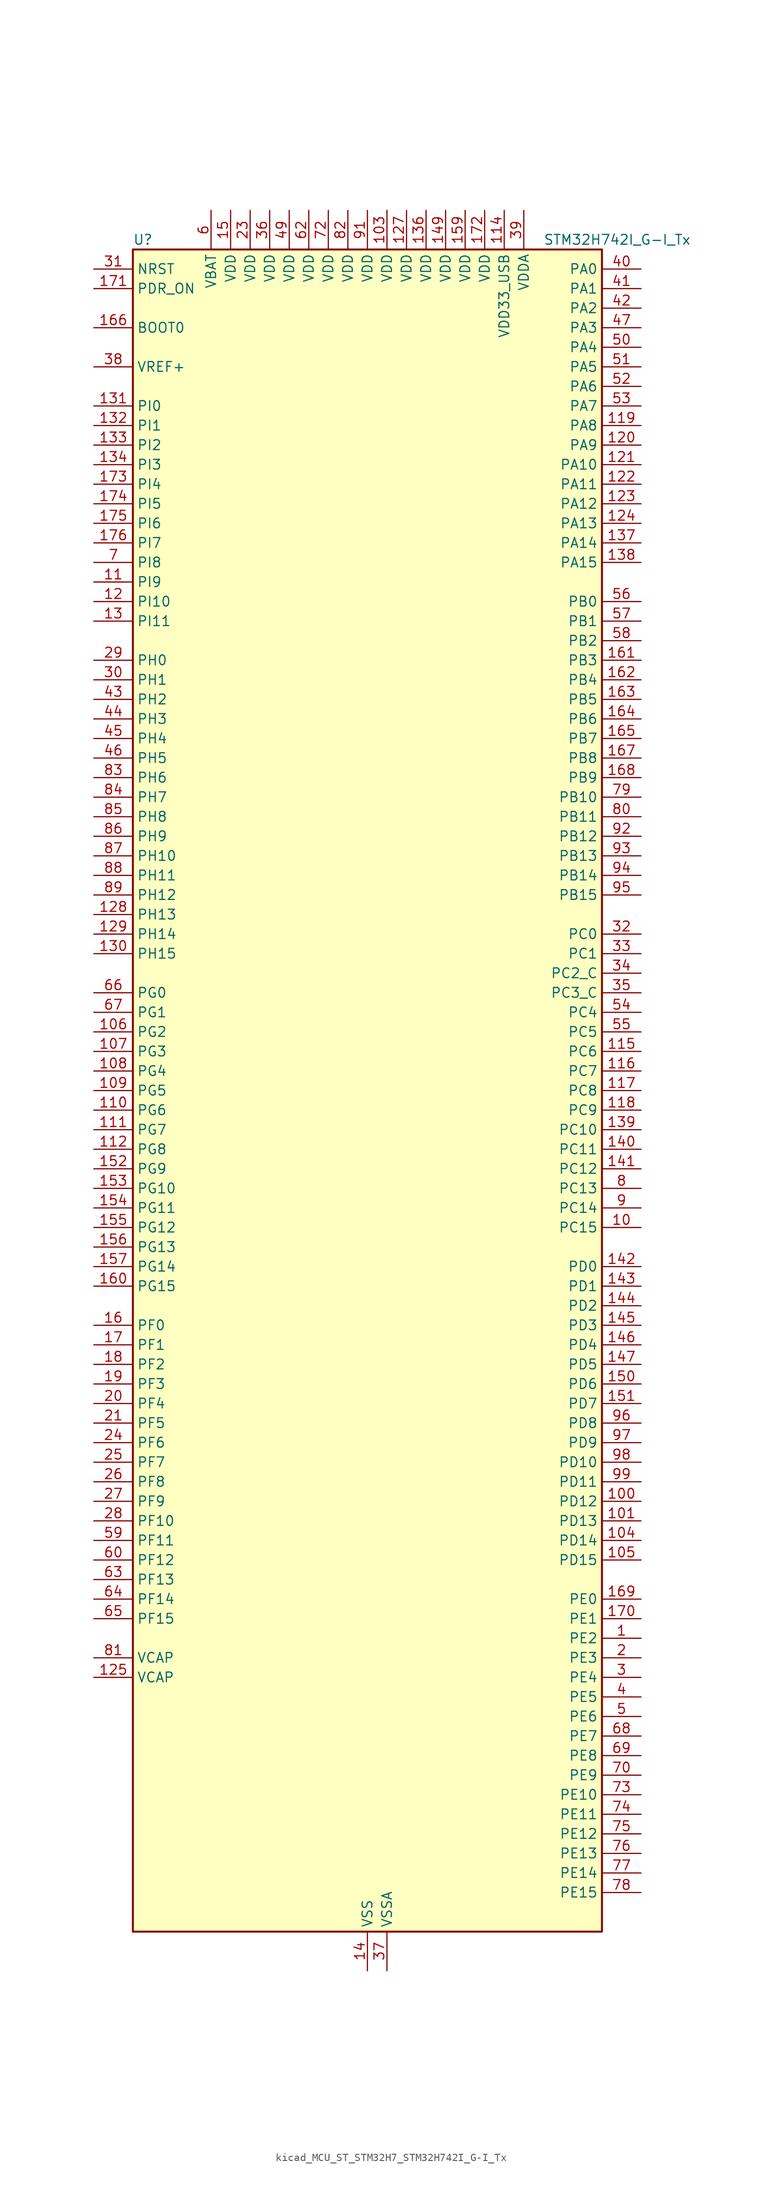
<source format=kicad_sym>
(kicad_symbol_lib
  (version 20220914)
  (generator kicad_symbol_editor)
  (symbol "kicad_MCU_ST_STM32H7_STM32H742I_G-I_Tx"
    (property "Reference" "U"
      (at -30.48 110.49 0)
      (effects (font (size 1.27 1.27)) (justify left)))
    (property "Value" "STM32H742I_G-I_Tx"
      (at 22.86 110.49 0)
      (effects (font (size 1.27 1.27)) (justify left)))
    (property "ki_locked" ""
      (at 0 0 0)
      (effects (font (size 1.27 1.27))))
    (symbol "kicad_MCU_ST_STM32H7_STM32H742I_G-I_Tx_0_1"
      (rectangle (start -30.48 -109.22) (end 30.48 109.22) (stroke (width 0.254) (type default)) (fill (type background))))
    (symbol "kicad_MCU_ST_STM32H7_STM32H742I_G-I_Tx_1_1"
      (pin bidirectional line (at 35.56 -71.12 180) (length 5.08) (name "PE2" (effects (font (size 1.27 1.27)))) (number "1" (effects (font (size 1.27 1.27)))) (alternate "DEBUG_TRACECLK" bidirectional line) (alternate "ETH_TXD3" bidirectional line) (alternate "FMC_A23" bidirectional line) (alternate "QUADSPI_BK1_IO2" bidirectional line) (alternate "SAI1_CK1" bidirectional line) (alternate "SAI1_MCLK_A" bidirectional line) (alternate "SAI4_CK1" bidirectional line) (alternate "SAI4_MCLK_A" bidirectional line) (alternate "SPI4_SCK" bidirectional line))
      (pin bidirectional line (at 35.56 -17.78 180) (length 5.08) (name "PC15" (effects (font (size 1.27 1.27)))) (number "10" (effects (font (size 1.27 1.27)))) (alternate "ADC1_EXTI15" bidirectional line) (alternate "ADC2_EXTI15" bidirectional line) (alternate "ADC3_EXTI15" bidirectional line) (alternate "RCC_OSC32_OUT" bidirectional line))
      (pin bidirectional line (at 35.56 -53.34 180) (length 5.08) (name "PD12" (effects (font (size 1.27 1.27)))) (number "100" (effects (font (size 1.27 1.27)))) (alternate "FMC_A17" bidirectional line) (alternate "FMC_ALE" bidirectional line) (alternate "I2C4_SCL" bidirectional line) (alternate "LPTIM1_IN1" bidirectional line) (alternate "LPTIM2_IN1" bidirectional line) (alternate "QUADSPI_BK1_IO1" bidirectional line) (alternate "SAI2_FS_A" bidirectional line) (alternate "TIM4_CH1" bidirectional line) (alternate "USART3_DE" bidirectional line) (alternate "USART3_RTS" bidirectional line))
      (pin bidirectional line (at 35.56 -55.88 180) (length 5.08) (name "PD13" (effects (font (size 1.27 1.27)))) (number "101" (effects (font (size 1.27 1.27)))) (alternate "FMC_A18" bidirectional line) (alternate "I2C4_SDA" bidirectional line) (alternate "LPTIM1_OUT" bidirectional line) (alternate "QUADSPI_BK1_IO3" bidirectional line) (alternate "SAI2_SCK_A" bidirectional line) (alternate "TIM4_CH2" bidirectional line))
      (pin passive line (at 0 -114.3 90) (length 5.08) hide (name "VSS" (effects (font (size 1.27 1.27)))) (number "102" (effects (font (size 1.27 1.27)))))
      (pin power_in line (at 2.54 114.3 270) (length 5.08) (name "VDD" (effects (font (size 1.27 1.27)))) (number "103" (effects (font (size 1.27 1.27)))))
      (pin bidirectional line (at 35.56 -58.42 180) (length 5.08) (name "PD14" (effects (font (size 1.27 1.27)))) (number "104" (effects (font (size 1.27 1.27)))) (alternate "FMC_D0" bidirectional line) (alternate "FMC_DA0" bidirectional line) (alternate "SAI3_MCLK_B" bidirectional line) (alternate "TIM4_CH3" bidirectional line) (alternate "UART8_CTS" bidirectional line))
      (pin bidirectional line (at 35.56 -60.96 180) (length 5.08) (name "PD15" (effects (font (size 1.27 1.27)))) (number "105" (effects (font (size 1.27 1.27)))) (alternate "ADC1_EXTI15" bidirectional line) (alternate "ADC2_EXTI15" bidirectional line) (alternate "ADC3_EXTI15" bidirectional line) (alternate "FMC_D1" bidirectional line) (alternate "FMC_DA1" bidirectional line) (alternate "SAI3_MCLK_A" bidirectional line) (alternate "TIM4_CH4" bidirectional line) (alternate "UART8_DE" bidirectional line) (alternate "UART8_RTS" bidirectional line))
      (pin bidirectional line (at -35.56 7.62 0) (length 5.08) (name "PG2" (effects (font (size 1.27 1.27)))) (number "106" (effects (font (size 1.27 1.27)))) (alternate "FMC_A12" bidirectional line) (alternate "TIM8_BKIN" bidirectional line) (alternate "TIM8_BKIN_COMP1" bidirectional line) (alternate "TIM8_BKIN_COMP2" bidirectional line))
      (pin bidirectional line (at -35.56 5.08 0) (length 5.08) (name "PG3" (effects (font (size 1.27 1.27)))) (number "107" (effects (font (size 1.27 1.27)))) (alternate "FMC_A13" bidirectional line) (alternate "TIM8_BKIN2" bidirectional line) (alternate "TIM8_BKIN2_COMP1" bidirectional line) (alternate "TIM8_BKIN2_COMP2" bidirectional line))
      (pin bidirectional line (at -35.56 2.54 0) (length 5.08) (name "PG4" (effects (font (size 1.27 1.27)))) (number "108" (effects (font (size 1.27 1.27)))) (alternate "FMC_A14" bidirectional line) (alternate "FMC_BA0" bidirectional line) (alternate "TIM1_BKIN2" bidirectional line) (alternate "TIM1_BKIN2_COMP1" bidirectional line) (alternate "TIM1_BKIN2_COMP2" bidirectional line))
      (pin bidirectional line (at -35.56 0 0) (length 5.08) (name "PG5" (effects (font (size 1.27 1.27)))) (number "109" (effects (font (size 1.27 1.27)))) (alternate "FMC_A15" bidirectional line) (alternate "FMC_BA1" bidirectional line) (alternate "TIM1_ETR" bidirectional line))
      (pin bidirectional line (at -35.56 66.04 0) (length 5.08) (name "PI9" (effects (font (size 1.27 1.27)))) (number "11" (effects (font (size 1.27 1.27)))) (alternate "DAC1_EXTI9" bidirectional line) (alternate "FDCAN1_RX" bidirectional line) (alternate "FMC_D30" bidirectional line) (alternate "UART4_RX" bidirectional line))
      (pin bidirectional line (at -35.56 -2.54 0) (length 5.08) (name "PG6" (effects (font (size 1.27 1.27)))) (number "110" (effects (font (size 1.27 1.27)))) (alternate "DCMI_D12" bidirectional line) (alternate "FMC_NE3" bidirectional line) (alternate "HRTIM_CHE1" bidirectional line) (alternate "QUADSPI_BK1_NCS" bidirectional line) (alternate "TIM17_BKIN" bidirectional line))
      (pin bidirectional line (at -35.56 -5.08 0) (length 5.08) (name "PG7" (effects (font (size 1.27 1.27)))) (number "111" (effects (font (size 1.27 1.27)))) (alternate "DCMI_D13" bidirectional line) (alternate "FMC_INT" bidirectional line) (alternate "HRTIM_CHE2" bidirectional line) (alternate "SAI1_MCLK_A" bidirectional line) (alternate "USART6_CK" bidirectional line))
      (pin bidirectional line (at -35.56 -7.62 0) (length 5.08) (name "PG8" (effects (font (size 1.27 1.27)))) (number "112" (effects (font (size 1.27 1.27)))) (alternate "ETH_PPS_OUT" bidirectional line) (alternate "FMC_SDCLK" bidirectional line) (alternate "SPDIFRX1_IN2" bidirectional line) (alternate "SPI6_NSS" bidirectional line) (alternate "TIM8_ETR" bidirectional line) (alternate "USART6_DE" bidirectional line) (alternate "USART6_RTS" bidirectional line))
      (pin passive line (at 0 -114.3 90) (length 5.08) hide (name "VSS" (effects (font (size 1.27 1.27)))) (number "113" (effects (font (size 1.27 1.27)))))
      (pin power_in line (at 17.78 114.3 270) (length 5.08) (name "VDD33_USB" (effects (font (size 1.27 1.27)))) (number "114" (effects (font (size 1.27 1.27)))))
      (pin bidirectional line (at 35.56 5.08 180) (length 5.08) (name "PC6" (effects (font (size 1.27 1.27)))) (number "115" (effects (font (size 1.27 1.27)))) (alternate "DCMI_D0" bidirectional line) (alternate "DFSDM1_CKIN3" bidirectional line) (alternate "FMC_NWAIT" bidirectional line) (alternate "HRTIM_CHA1" bidirectional line) (alternate "I2S2_MCK" bidirectional line) (alternate "SDMMC1_D0DIR" bidirectional line) (alternate "SDMMC1_D6" bidirectional line) (alternate "SDMMC2_D6" bidirectional line) (alternate "SWPMI1_IO" bidirectional line) (alternate "TIM3_CH1" bidirectional line) (alternate "TIM8_CH1" bidirectional line) (alternate "USART6_TX" bidirectional line))
      (pin bidirectional line (at 35.56 2.54 180) (length 5.08) (name "PC7" (effects (font (size 1.27 1.27)))) (number "116" (effects (font (size 1.27 1.27)))) (alternate "DCMI_D1" bidirectional line) (alternate "DEBUG_TRGIO" bidirectional line) (alternate "DFSDM1_DATIN3" bidirectional line) (alternate "FMC_NE1" bidirectional line) (alternate "HRTIM_CHA2" bidirectional line) (alternate "I2S3_MCK" bidirectional line) (alternate "SDMMC1_D123DIR" bidirectional line) (alternate "SDMMC1_D7" bidirectional line) (alternate "SDMMC2_D7" bidirectional line) (alternate "SWPMI1_TX" bidirectional line) (alternate "TIM3_CH2" bidirectional line) (alternate "TIM8_CH2" bidirectional line) (alternate "USART6_RX" bidirectional line))
      (pin bidirectional line (at 35.56 0 180) (length 5.08) (name "PC8" (effects (font (size 1.27 1.27)))) (number "117" (effects (font (size 1.27 1.27)))) (alternate "DCMI_D2" bidirectional line) (alternate "DEBUG_TRACED1" bidirectional line) (alternate "FMC_NCE" bidirectional line) (alternate "FMC_NE2" bidirectional line) (alternate "HRTIM_CHB1" bidirectional line) (alternate "SDMMC1_D0" bidirectional line) (alternate "SWPMI1_RX" bidirectional line) (alternate "TIM3_CH3" bidirectional line) (alternate "TIM8_CH3" bidirectional line) (alternate "UART5_DE" bidirectional line) (alternate "UART5_RTS" bidirectional line) (alternate "USART6_CK" bidirectional line))
      (pin bidirectional line (at 35.56 -2.54 180) (length 5.08) (name "PC9" (effects (font (size 1.27 1.27)))) (number "118" (effects (font (size 1.27 1.27)))) (alternate "DAC1_EXTI9" bidirectional line) (alternate "DCMI_D3" bidirectional line) (alternate "I2C3_SDA" bidirectional line) (alternate "I2S_CKIN" bidirectional line) (alternate "QUADSPI_BK1_IO0" bidirectional line) (alternate "RCC_MCO_2" bidirectional line) (alternate "SDMMC1_D1" bidirectional line) (alternate "SWPMI1_SUSPEND" bidirectional line) (alternate "TIM3_CH4" bidirectional line) (alternate "TIM8_CH4" bidirectional line) (alternate "UART5_CTS" bidirectional line))
      (pin bidirectional line (at 35.56 86.36 180) (length 5.08) (name "PA8" (effects (font (size 1.27 1.27)))) (number "119" (effects (font (size 1.27 1.27)))) (alternate "HRTIM_CHB2" bidirectional line) (alternate "I2C3_SCL" bidirectional line) (alternate "RCC_MCO_1" bidirectional line) (alternate "TIM1_CH1" bidirectional line) (alternate "TIM8_BKIN2" bidirectional line) (alternate "TIM8_BKIN2_COMP1" bidirectional line) (alternate "TIM8_BKIN2_COMP2" bidirectional line) (alternate "UART7_RX" bidirectional line) (alternate "USART1_CK" bidirectional line) (alternate "USB_OTG_FS_SOF" bidirectional line))
      (pin bidirectional line (at -35.56 63.5 0) (length 5.08) (name "PI10" (effects (font (size 1.27 1.27)))) (number "12" (effects (font (size 1.27 1.27)))) (alternate "ETH_RX_ER" bidirectional line) (alternate "FMC_D31" bidirectional line))
      (pin bidirectional line (at 35.56 83.82 180) (length 5.08) (name "PA9" (effects (font (size 1.27 1.27)))) (number "120" (effects (font (size 1.27 1.27)))) (alternate "DAC1_EXTI9" bidirectional line) (alternate "DCMI_D0" bidirectional line) (alternate "HRTIM_CHC1" bidirectional line) (alternate "I2C3_SMBA" bidirectional line) (alternate "I2S2_CK" bidirectional line) (alternate "LPUART1_TX" bidirectional line) (alternate "SPI2_SCK" bidirectional line) (alternate "TIM1_CH2" bidirectional line) (alternate "USART1_TX" bidirectional line) (alternate "USB_OTG_FS_VBUS" bidirectional line))
      (pin bidirectional line (at 35.56 81.28 180) (length 5.08) (name "PA10" (effects (font (size 1.27 1.27)))) (number "121" (effects (font (size 1.27 1.27)))) (alternate "DCMI_D1" bidirectional line) (alternate "HRTIM_CHC2" bidirectional line) (alternate "LPUART1_RX" bidirectional line) (alternate "MDIOS_MDIO" bidirectional line) (alternate "TIM1_CH3" bidirectional line) (alternate "USART1_RX" bidirectional line) (alternate "USB_OTG_FS_ID" bidirectional line))
      (pin bidirectional line (at 35.56 78.74 180) (length 5.08) (name "PA11" (effects (font (size 1.27 1.27)))) (number "122" (effects (font (size 1.27 1.27)))) (alternate "ADC1_EXTI11" bidirectional line) (alternate "ADC2_EXTI11" bidirectional line) (alternate "ADC3_EXTI11" bidirectional line) (alternate "FDCAN1_RX" bidirectional line) (alternate "HRTIM_CHD1" bidirectional line) (alternate "I2S2_WS" bidirectional line) (alternate "LPUART1_CTS" bidirectional line) (alternate "SPI2_NSS" bidirectional line) (alternate "TIM1_CH4" bidirectional line) (alternate "UART4_RX" bidirectional line) (alternate "USART1_CTS" bidirectional line) (alternate "USART1_NSS" bidirectional line) (alternate "USB_OTG_FS_DM" bidirectional line))
      (pin bidirectional line (at 35.56 76.2 180) (length 5.08) (name "PA12" (effects (font (size 1.27 1.27)))) (number "123" (effects (font (size 1.27 1.27)))) (alternate "FDCAN1_TX" bidirectional line) (alternate "HRTIM_CHD2" bidirectional line) (alternate "I2S2_CK" bidirectional line) (alternate "LPUART1_DE" bidirectional line) (alternate "LPUART1_RTS" bidirectional line) (alternate "SAI2_FS_B" bidirectional line) (alternate "SPI2_SCK" bidirectional line) (alternate "TIM1_ETR" bidirectional line) (alternate "UART4_TX" bidirectional line) (alternate "USART1_DE" bidirectional line) (alternate "USART1_RTS" bidirectional line) (alternate "USB_OTG_FS_DP" bidirectional line))
      (pin bidirectional line (at 35.56 73.66 180) (length 5.08) (name "PA13" (effects (font (size 1.27 1.27)))) (number "124" (effects (font (size 1.27 1.27)))) (alternate "DEBUG_JTMS-SWDIO" bidirectional line))
      (pin power_out line (at -35.56 -76.2 0) (length 5.08) (name "VCAP" (effects (font (size 1.27 1.27)))) (number "125" (effects (font (size 1.27 1.27)))))
      (pin passive line (at 0 -114.3 90) (length 5.08) hide (name "VSS" (effects (font (size 1.27 1.27)))) (number "126" (effects (font (size 1.27 1.27)))))
      (pin power_in line (at 5.08 114.3 270) (length 5.08) (name "VDD" (effects (font (size 1.27 1.27)))) (number "127" (effects (font (size 1.27 1.27)))))
      (pin bidirectional line (at -35.56 22.86 0) (length 5.08) (name "PH13" (effects (font (size 1.27 1.27)))) (number "128" (effects (font (size 1.27 1.27)))) (alternate "FDCAN1_TX" bidirectional line) (alternate "FMC_D21" bidirectional line) (alternate "TIM8_CH1N" bidirectional line) (alternate "UART4_TX" bidirectional line))
      (pin bidirectional line (at -35.56 20.32 0) (length 5.08) (name "PH14" (effects (font (size 1.27 1.27)))) (number "129" (effects (font (size 1.27 1.27)))) (alternate "DCMI_D4" bidirectional line) (alternate "FDCAN1_RX" bidirectional line) (alternate "FMC_D22" bidirectional line) (alternate "TIM8_CH2N" bidirectional line) (alternate "UART4_RX" bidirectional line))
      (pin bidirectional line (at -35.56 60.96 0) (length 5.08) (name "PI11" (effects (font (size 1.27 1.27)))) (number "13" (effects (font (size 1.27 1.27)))) (alternate "ADC1_EXTI11" bidirectional line) (alternate "ADC2_EXTI11" bidirectional line) (alternate "ADC3_EXTI11" bidirectional line) (alternate "PWR_WKUP4" bidirectional line) (alternate "USB_OTG_HS_ULPI_DIR" bidirectional line))
      (pin bidirectional line (at -35.56 17.78 0) (length 5.08) (name "PH15" (effects (font (size 1.27 1.27)))) (number "130" (effects (font (size 1.27 1.27)))) (alternate "ADC1_EXTI15" bidirectional line) (alternate "ADC2_EXTI15" bidirectional line) (alternate "ADC3_EXTI15" bidirectional line) (alternate "DCMI_D11" bidirectional line) (alternate "FMC_D23" bidirectional line) (alternate "TIM8_CH3N" bidirectional line))
      (pin bidirectional line (at -35.56 88.9 0) (length 5.08) (name "PI0" (effects (font (size 1.27 1.27)))) (number "131" (effects (font (size 1.27 1.27)))) (alternate "DCMI_D13" bidirectional line) (alternate "FMC_D24" bidirectional line) (alternate "I2S2_WS" bidirectional line) (alternate "SPI2_NSS" bidirectional line) (alternate "TIM5_CH4" bidirectional line))
      (pin bidirectional line (at -35.56 86.36 0) (length 5.08) (name "PI1" (effects (font (size 1.27 1.27)))) (number "132" (effects (font (size 1.27 1.27)))) (alternate "DCMI_D8" bidirectional line) (alternate "FMC_D25" bidirectional line) (alternate "I2S2_CK" bidirectional line) (alternate "SPI2_SCK" bidirectional line) (alternate "TIM8_BKIN2" bidirectional line) (alternate "TIM8_BKIN2_COMP1" bidirectional line) (alternate "TIM8_BKIN2_COMP2" bidirectional line))
      (pin bidirectional line (at -35.56 83.82 0) (length 5.08) (name "PI2" (effects (font (size 1.27 1.27)))) (number "133" (effects (font (size 1.27 1.27)))) (alternate "DCMI_D9" bidirectional line) (alternate "FMC_D26" bidirectional line) (alternate "I2S2_SDI" bidirectional line) (alternate "SPI2_MISO" bidirectional line) (alternate "TIM8_CH4" bidirectional line))
      (pin bidirectional line (at -35.56 81.28 0) (length 5.08) (name "PI3" (effects (font (size 1.27 1.27)))) (number "134" (effects (font (size 1.27 1.27)))) (alternate "DCMI_D10" bidirectional line) (alternate "FMC_D27" bidirectional line) (alternate "I2S2_SDO" bidirectional line) (alternate "SPI2_MOSI" bidirectional line) (alternate "TIM8_ETR" bidirectional line))
      (pin passive line (at 0 -114.3 90) (length 5.08) hide (name "VSS" (effects (font (size 1.27 1.27)))) (number "135" (effects (font (size 1.27 1.27)))))
      (pin power_in line (at 7.62 114.3 270) (length 5.08) (name "VDD" (effects (font (size 1.27 1.27)))) (number "136" (effects (font (size 1.27 1.27)))))
      (pin bidirectional line (at 35.56 71.12 180) (length 5.08) (name "PA14" (effects (font (size 1.27 1.27)))) (number "137" (effects (font (size 1.27 1.27)))) (alternate "DEBUG_JTCK-SWCLK" bidirectional line))
      (pin bidirectional line (at 35.56 68.58 180) (length 5.08) (name "PA15" (effects (font (size 1.27 1.27)))) (number "138" (effects (font (size 1.27 1.27)))) (alternate "ADC1_EXTI15" bidirectional line) (alternate "ADC2_EXTI15" bidirectional line) (alternate "ADC3_EXTI15" bidirectional line) (alternate "CEC" bidirectional line) (alternate "DEBUG_JTDI" bidirectional line) (alternate "HRTIM_FLT1" bidirectional line) (alternate "I2S1_WS" bidirectional line) (alternate "I2S3_WS" bidirectional line) (alternate "SPI1_NSS" bidirectional line) (alternate "SPI3_NSS" bidirectional line) (alternate "SPI6_NSS" bidirectional line) (alternate "TIM2_CH1" bidirectional line) (alternate "TIM2_ETR" bidirectional line) (alternate "UART4_DE" bidirectional line) (alternate "UART4_RTS" bidirectional line) (alternate "UART7_TX" bidirectional line))
      (pin bidirectional line (at 35.56 -5.08 180) (length 5.08) (name "PC10" (effects (font (size 1.27 1.27)))) (number "139" (effects (font (size 1.27 1.27)))) (alternate "DCMI_D8" bidirectional line) (alternate "DFSDM1_CKIN5" bidirectional line) (alternate "HRTIM_EEV1" bidirectional line) (alternate "I2S3_CK" bidirectional line) (alternate "QUADSPI_BK1_IO1" bidirectional line) (alternate "SDMMC1_D2" bidirectional line) (alternate "SPI3_SCK" bidirectional line) (alternate "UART4_TX" bidirectional line) (alternate "USART3_TX" bidirectional line))
      (pin power_in line (at 0 -114.3 90) (length 5.08) (name "VSS" (effects (font (size 1.27 1.27)))) (number "14" (effects (font (size 1.27 1.27)))))
      (pin bidirectional line (at 35.56 -7.62 180) (length 5.08) (name "PC11" (effects (font (size 1.27 1.27)))) (number "140" (effects (font (size 1.27 1.27)))) (alternate "ADC1_EXTI11" bidirectional line) (alternate "ADC2_EXTI11" bidirectional line) (alternate "ADC3_EXTI11" bidirectional line) (alternate "DCMI_D4" bidirectional line) (alternate "DFSDM1_DATIN5" bidirectional line) (alternate "HRTIM_FLT2" bidirectional line) (alternate "I2S3_SDI" bidirectional line) (alternate "QUADSPI_BK2_NCS" bidirectional line) (alternate "SDMMC1_D3" bidirectional line) (alternate "SPI3_MISO" bidirectional line) (alternate "UART4_RX" bidirectional line) (alternate "USART3_RX" bidirectional line))
      (pin bidirectional line (at 35.56 -10.16 180) (length 5.08) (name "PC12" (effects (font (size 1.27 1.27)))) (number "141" (effects (font (size 1.27 1.27)))) (alternate "DCMI_D9" bidirectional line) (alternate "DEBUG_TRACED3" bidirectional line) (alternate "HRTIM_EEV2" bidirectional line) (alternate "I2S3_SDO" bidirectional line) (alternate "SDMMC1_CK" bidirectional line) (alternate "SPI3_MOSI" bidirectional line) (alternate "UART5_TX" bidirectional line) (alternate "USART3_CK" bidirectional line))
      (pin bidirectional line (at 35.56 -22.86 180) (length 5.08) (name "PD0" (effects (font (size 1.27 1.27)))) (number "142" (effects (font (size 1.27 1.27)))) (alternate "DFSDM1_CKIN6" bidirectional line) (alternate "FDCAN1_RX" bidirectional line) (alternate "FMC_D2" bidirectional line) (alternate "FMC_DA2" bidirectional line) (alternate "SAI3_SCK_A" bidirectional line) (alternate "UART4_RX" bidirectional line))
      (pin bidirectional line (at 35.56 -25.4 180) (length 5.08) (name "PD1" (effects (font (size 1.27 1.27)))) (number "143" (effects (font (size 1.27 1.27)))) (alternate "DFSDM1_DATIN6" bidirectional line) (alternate "FDCAN1_TX" bidirectional line) (alternate "FMC_D3" bidirectional line) (alternate "FMC_DA3" bidirectional line) (alternate "SAI3_SD_A" bidirectional line) (alternate "UART4_TX" bidirectional line))
      (pin bidirectional line (at 35.56 -27.94 180) (length 5.08) (name "PD2" (effects (font (size 1.27 1.27)))) (number "144" (effects (font (size 1.27 1.27)))) (alternate "DCMI_D11" bidirectional line) (alternate "DEBUG_TRACED2" bidirectional line) (alternate "SDMMC1_CMD" bidirectional line) (alternate "TIM3_ETR" bidirectional line) (alternate "UART5_RX" bidirectional line))
      (pin bidirectional line (at 35.56 -30.48 180) (length 5.08) (name "PD3" (effects (font (size 1.27 1.27)))) (number "145" (effects (font (size 1.27 1.27)))) (alternate "DCMI_D5" bidirectional line) (alternate "DFSDM1_CKOUT" bidirectional line) (alternate "FMC_CLK" bidirectional line) (alternate "I2S2_CK" bidirectional line) (alternate "SPI2_SCK" bidirectional line) (alternate "USART2_CTS" bidirectional line) (alternate "USART2_NSS" bidirectional line))
      (pin bidirectional line (at 35.56 -33.02 180) (length 5.08) (name "PD4" (effects (font (size 1.27 1.27)))) (number "146" (effects (font (size 1.27 1.27)))) (alternate "FMC_NOE" bidirectional line) (alternate "HRTIM_FLT3" bidirectional line) (alternate "SAI3_FS_A" bidirectional line) (alternate "USART2_DE" bidirectional line) (alternate "USART2_RTS" bidirectional line))
      (pin bidirectional line (at 35.56 -35.56 180) (length 5.08) (name "PD5" (effects (font (size 1.27 1.27)))) (number "147" (effects (font (size 1.27 1.27)))) (alternate "FMC_NWE" bidirectional line) (alternate "HRTIM_EEV3" bidirectional line) (alternate "USART2_TX" bidirectional line))
      (pin passive line (at 0 -114.3 90) (length 5.08) hide (name "VSS" (effects (font (size 1.27 1.27)))) (number "148" (effects (font (size 1.27 1.27)))))
      (pin power_in line (at 10.16 114.3 270) (length 5.08) (name "VDD" (effects (font (size 1.27 1.27)))) (number "149" (effects (font (size 1.27 1.27)))))
      (pin power_in line (at -17.78 114.3 270) (length 5.08) (name "VDD" (effects (font (size 1.27 1.27)))) (number "15" (effects (font (size 1.27 1.27)))))
      (pin bidirectional line (at 35.56 -38.1 180) (length 5.08) (name "PD6" (effects (font (size 1.27 1.27)))) (number "150" (effects (font (size 1.27 1.27)))) (alternate "DCMI_D10" bidirectional line) (alternate "DFSDM1_CKIN4" bidirectional line) (alternate "DFSDM1_DATIN1" bidirectional line) (alternate "FMC_NWAIT" bidirectional line) (alternate "I2S3_SDO" bidirectional line) (alternate "SAI1_D1" bidirectional line) (alternate "SAI1_SD_A" bidirectional line) (alternate "SAI4_D1" bidirectional line) (alternate "SAI4_SD_A" bidirectional line) (alternate "SDMMC2_CK" bidirectional line) (alternate "SPI3_MOSI" bidirectional line) (alternate "USART2_RX" bidirectional line))
      (pin bidirectional line (at 35.56 -40.64 180) (length 5.08) (name "PD7" (effects (font (size 1.27 1.27)))) (number "151" (effects (font (size 1.27 1.27)))) (alternate "DFSDM1_CKIN1" bidirectional line) (alternate "DFSDM1_DATIN4" bidirectional line) (alternate "FMC_NE1" bidirectional line) (alternate "I2S1_SDO" bidirectional line) (alternate "SDMMC2_CMD" bidirectional line) (alternate "SPDIFRX1_IN0" bidirectional line) (alternate "SPI1_MOSI" bidirectional line) (alternate "USART2_CK" bidirectional line))
      (pin bidirectional line (at -35.56 -10.16 0) (length 5.08) (name "PG9" (effects (font (size 1.27 1.27)))) (number "152" (effects (font (size 1.27 1.27)))) (alternate "DAC1_EXTI9" bidirectional line) (alternate "DCMI_VSYNC" bidirectional line) (alternate "FMC_NCE" bidirectional line) (alternate "FMC_NE2" bidirectional line) (alternate "I2S1_SDI" bidirectional line) (alternate "QUADSPI_BK2_IO2" bidirectional line) (alternate "SAI2_FS_B" bidirectional line) (alternate "SPDIFRX1_IN3" bidirectional line) (alternate "SPI1_MISO" bidirectional line) (alternate "USART6_RX" bidirectional line))
      (pin bidirectional line (at -35.56 -12.7 0) (length 5.08) (name "PG10" (effects (font (size 1.27 1.27)))) (number "153" (effects (font (size 1.27 1.27)))) (alternate "DCMI_D2" bidirectional line) (alternate "FMC_NE3" bidirectional line) (alternate "HRTIM_FLT5" bidirectional line) (alternate "I2S1_WS" bidirectional line) (alternate "SAI2_SD_B" bidirectional line) (alternate "SPI1_NSS" bidirectional line))
      (pin bidirectional line (at -35.56 -15.24 0) (length 5.08) (name "PG11" (effects (font (size 1.27 1.27)))) (number "154" (effects (font (size 1.27 1.27)))) (alternate "ADC1_EXTI11" bidirectional line) (alternate "ADC2_EXTI11" bidirectional line) (alternate "ADC3_EXTI11" bidirectional line) (alternate "DCMI_D3" bidirectional line) (alternate "ETH_TX_EN" bidirectional line) (alternate "HRTIM_EEV4" bidirectional line) (alternate "I2S1_CK" bidirectional line) (alternate "LPTIM1_IN2" bidirectional line) (alternate "SDMMC2_D2" bidirectional line) (alternate "SPDIFRX1_IN0" bidirectional line) (alternate "SPI1_SCK" bidirectional line))
      (pin bidirectional line (at -35.56 -17.78 0) (length 5.08) (name "PG12" (effects (font (size 1.27 1.27)))) (number "155" (effects (font (size 1.27 1.27)))) (alternate "ETH_TXD1" bidirectional line) (alternate "FMC_NE4" bidirectional line) (alternate "HRTIM_EEV5" bidirectional line) (alternate "LPTIM1_IN1" bidirectional line) (alternate "SPDIFRX1_IN1" bidirectional line) (alternate "SPI6_MISO" bidirectional line) (alternate "USART6_DE" bidirectional line) (alternate "USART6_RTS" bidirectional line))
      (pin bidirectional line (at -35.56 -20.32 0) (length 5.08) (name "PG13" (effects (font (size 1.27 1.27)))) (number "156" (effects (font (size 1.27 1.27)))) (alternate "DEBUG_TRACED0" bidirectional line) (alternate "ETH_TXD0" bidirectional line) (alternate "FMC_A24" bidirectional line) (alternate "HRTIM_EEV10" bidirectional line) (alternate "LPTIM1_OUT" bidirectional line) (alternate "SPI6_SCK" bidirectional line) (alternate "USART6_CTS" bidirectional line) (alternate "USART6_NSS" bidirectional line))
      (pin bidirectional line (at -35.56 -22.86 0) (length 5.08) (name "PG14" (effects (font (size 1.27 1.27)))) (number "157" (effects (font (size 1.27 1.27)))) (alternate "DEBUG_TRACED1" bidirectional line) (alternate "ETH_TXD1" bidirectional line) (alternate "FMC_A25" bidirectional line) (alternate "LPTIM1_ETR" bidirectional line) (alternate "QUADSPI_BK2_IO3" bidirectional line) (alternate "SPI6_MOSI" bidirectional line) (alternate "USART6_TX" bidirectional line))
      (pin passive line (at 0 -114.3 90) (length 5.08) hide (name "VSS" (effects (font (size 1.27 1.27)))) (number "158" (effects (font (size 1.27 1.27)))))
      (pin power_in line (at 12.7 114.3 270) (length 5.08) (name "VDD" (effects (font (size 1.27 1.27)))) (number "159" (effects (font (size 1.27 1.27)))))
      (pin bidirectional line (at -35.56 -30.48 0) (length 5.08) (name "PF0" (effects (font (size 1.27 1.27)))) (number "16" (effects (font (size 1.27 1.27)))) (alternate "FMC_A0" bidirectional line) (alternate "I2C2_SDA" bidirectional line))
      (pin bidirectional line (at -35.56 -25.4 0) (length 5.08) (name "PG15" (effects (font (size 1.27 1.27)))) (number "160" (effects (font (size 1.27 1.27)))) (alternate "ADC1_EXTI15" bidirectional line) (alternate "ADC2_EXTI15" bidirectional line) (alternate "ADC3_EXTI15" bidirectional line) (alternate "DCMI_D13" bidirectional line) (alternate "FMC_SDNCAS" bidirectional line) (alternate "USART6_CTS" bidirectional line) (alternate "USART6_NSS" bidirectional line))
      (pin bidirectional line (at 35.56 55.88 180) (length 5.08) (name "PB3" (effects (font (size 1.27 1.27)))) (number "161" (effects (font (size 1.27 1.27)))) (alternate "CRS_SYNC" bidirectional line) (alternate "DEBUG_JTDO-SWO" bidirectional line) (alternate "HRTIM_FLT4" bidirectional line) (alternate "I2S1_CK" bidirectional line) (alternate "I2S3_CK" bidirectional line) (alternate "SDMMC2_D2" bidirectional line) (alternate "SPI1_SCK" bidirectional line) (alternate "SPI3_SCK" bidirectional line) (alternate "SPI6_SCK" bidirectional line) (alternate "TIM2_CH2" bidirectional line) (alternate "UART7_RX" bidirectional line))
      (pin bidirectional line (at 35.56 53.34 180) (length 5.08) (name "PB4" (effects (font (size 1.27 1.27)))) (number "162" (effects (font (size 1.27 1.27)))) (alternate "DEBUG_JTRST" bidirectional line) (alternate "HRTIM_EEV6" bidirectional line) (alternate "I2S1_SDI" bidirectional line) (alternate "I2S2_WS" bidirectional line) (alternate "I2S3_SDI" bidirectional line) (alternate "SDMMC2_D3" bidirectional line) (alternate "SPI1_MISO" bidirectional line) (alternate "SPI2_NSS" bidirectional line) (alternate "SPI3_MISO" bidirectional line) (alternate "SPI6_MISO" bidirectional line) (alternate "TIM16_BKIN" bidirectional line) (alternate "TIM3_CH1" bidirectional line) (alternate "UART7_TX" bidirectional line))
      (pin bidirectional line (at 35.56 50.8 180) (length 5.08) (name "PB5" (effects (font (size 1.27 1.27)))) (number "163" (effects (font (size 1.27 1.27)))) (alternate "DCMI_D10" bidirectional line) (alternate "ETH_PPS_OUT" bidirectional line) (alternate "FDCAN2_RX" bidirectional line) (alternate "FMC_SDCKE1" bidirectional line) (alternate "HRTIM_EEV7" bidirectional line) (alternate "I2C1_SMBA" bidirectional line) (alternate "I2C4_SMBA" bidirectional line) (alternate "I2S1_SDO" bidirectional line) (alternate "I2S3_SDO" bidirectional line) (alternate "SPI1_MOSI" bidirectional line) (alternate "SPI3_MOSI" bidirectional line) (alternate "SPI6_MOSI" bidirectional line) (alternate "TIM17_BKIN" bidirectional line) (alternate "TIM3_CH2" bidirectional line) (alternate "UART5_RX" bidirectional line) (alternate "USB_OTG_HS_ULPI_D7" bidirectional line))
      (pin bidirectional line (at 35.56 48.26 180) (length 5.08) (name "PB6" (effects (font (size 1.27 1.27)))) (number "164" (effects (font (size 1.27 1.27)))) (alternate "CEC" bidirectional line) (alternate "DCMI_D5" bidirectional line) (alternate "DFSDM1_DATIN5" bidirectional line) (alternate "FDCAN2_TX" bidirectional line) (alternate "FMC_SDNE1" bidirectional line) (alternate "HRTIM_EEV8" bidirectional line) (alternate "I2C1_SCL" bidirectional line) (alternate "I2C4_SCL" bidirectional line) (alternate "LPUART1_TX" bidirectional line) (alternate "QUADSPI_BK1_NCS" bidirectional line) (alternate "TIM16_CH1N" bidirectional line) (alternate "TIM4_CH1" bidirectional line) (alternate "UART5_TX" bidirectional line) (alternate "USART1_TX" bidirectional line))
      (pin bidirectional line (at 35.56 45.72 180) (length 5.08) (name "PB7" (effects (font (size 1.27 1.27)))) (number "165" (effects (font (size 1.27 1.27)))) (alternate "DCMI_VSYNC" bidirectional line) (alternate "DFSDM1_CKIN5" bidirectional line) (alternate "FMC_NL" bidirectional line) (alternate "HRTIM_EEV9" bidirectional line) (alternate "I2C1_SDA" bidirectional line) (alternate "I2C4_SDA" bidirectional line) (alternate "LPUART1_RX" bidirectional line) (alternate "PWR_PVD_IN" bidirectional line) (alternate "TIM17_CH1N" bidirectional line) (alternate "TIM4_CH2" bidirectional line) (alternate "USART1_RX" bidirectional line))
      (pin input line (at -35.56 99.06 0) (length 5.08) (name "BOOT0" (effects (font (size 1.27 1.27)))) (number "166" (effects (font (size 1.27 1.27)))))
      (pin bidirectional line (at 35.56 43.18 180) (length 5.08) (name "PB8" (effects (font (size 1.27 1.27)))) (number "167" (effects (font (size 1.27 1.27)))) (alternate "DCMI_D6" bidirectional line) (alternate "DFSDM1_CKIN7" bidirectional line) (alternate "ETH_TXD3" bidirectional line) (alternate "FDCAN1_RX" bidirectional line) (alternate "I2C1_SCL" bidirectional line) (alternate "I2C4_SCL" bidirectional line) (alternate "SDMMC1_CKIN" bidirectional line) (alternate "SDMMC1_D4" bidirectional line) (alternate "SDMMC2_D4" bidirectional line) (alternate "TIM16_CH1" bidirectional line) (alternate "TIM4_CH3" bidirectional line) (alternate "UART4_RX" bidirectional line))
      (pin bidirectional line (at 35.56 40.64 180) (length 5.08) (name "PB9" (effects (font (size 1.27 1.27)))) (number "168" (effects (font (size 1.27 1.27)))) (alternate "DAC1_EXTI9" bidirectional line) (alternate "DCMI_D7" bidirectional line) (alternate "DFSDM1_DATIN7" bidirectional line) (alternate "FDCAN1_TX" bidirectional line) (alternate "I2C1_SDA" bidirectional line) (alternate "I2C4_SDA" bidirectional line) (alternate "I2C4_SMBA" bidirectional line) (alternate "I2S2_WS" bidirectional line) (alternate "SDMMC1_CDIR" bidirectional line) (alternate "SDMMC1_D5" bidirectional line) (alternate "SDMMC2_D5" bidirectional line) (alternate "SPI2_NSS" bidirectional line) (alternate "TIM17_CH1" bidirectional line) (alternate "TIM4_CH4" bidirectional line) (alternate "UART4_TX" bidirectional line))
      (pin bidirectional line (at 35.56 -66.04 180) (length 5.08) (name "PE0" (effects (font (size 1.27 1.27)))) (number "169" (effects (font (size 1.27 1.27)))) (alternate "DCMI_D2" bidirectional line) (alternate "FMC_NBL0" bidirectional line) (alternate "HRTIM_SCIN" bidirectional line) (alternate "LPTIM1_ETR" bidirectional line) (alternate "LPTIM2_ETR" bidirectional line) (alternate "SAI2_MCLK_A" bidirectional line) (alternate "TIM4_ETR" bidirectional line) (alternate "UART8_RX" bidirectional line))
      (pin bidirectional line (at -35.56 -33.02 0) (length 5.08) (name "PF1" (effects (font (size 1.27 1.27)))) (number "17" (effects (font (size 1.27 1.27)))) (alternate "FMC_A1" bidirectional line) (alternate "I2C2_SCL" bidirectional line))
      (pin bidirectional line (at 35.56 -68.58 180) (length 5.08) (name "PE1" (effects (font (size 1.27 1.27)))) (number "170" (effects (font (size 1.27 1.27)))) (alternate "DCMI_D3" bidirectional line) (alternate "FMC_NBL1" bidirectional line) (alternate "HRTIM_SCOUT" bidirectional line) (alternate "LPTIM1_IN2" bidirectional line) (alternate "UART8_TX" bidirectional line))
      (pin input line (at -35.56 104.14 0) (length 5.08) (name "PDR_ON" (effects (font (size 1.27 1.27)))) (number "171" (effects (font (size 1.27 1.27)))))
      (pin power_in line (at 15.24 114.3 270) (length 5.08) (name "VDD" (effects (font (size 1.27 1.27)))) (number "172" (effects (font (size 1.27 1.27)))))
      (pin bidirectional line (at -35.56 78.74 0) (length 5.08) (name "PI4" (effects (font (size 1.27 1.27)))) (number "173" (effects (font (size 1.27 1.27)))) (alternate "DCMI_D5" bidirectional line) (alternate "FMC_NBL2" bidirectional line) (alternate "SAI2_MCLK_A" bidirectional line) (alternate "TIM8_BKIN" bidirectional line) (alternate "TIM8_BKIN_COMP1" bidirectional line) (alternate "TIM8_BKIN_COMP2" bidirectional line))
      (pin bidirectional line (at -35.56 76.2 0) (length 5.08) (name "PI5" (effects (font (size 1.27 1.27)))) (number "174" (effects (font (size 1.27 1.27)))) (alternate "DCMI_VSYNC" bidirectional line) (alternate "FMC_NBL3" bidirectional line) (alternate "SAI2_SCK_A" bidirectional line) (alternate "TIM8_CH1" bidirectional line))
      (pin bidirectional line (at -35.56 73.66 0) (length 5.08) (name "PI6" (effects (font (size 1.27 1.27)))) (number "175" (effects (font (size 1.27 1.27)))) (alternate "DCMI_D6" bidirectional line) (alternate "FMC_D28" bidirectional line) (alternate "SAI2_SD_A" bidirectional line) (alternate "TIM8_CH2" bidirectional line))
      (pin bidirectional line (at -35.56 71.12 0) (length 5.08) (name "PI7" (effects (font (size 1.27 1.27)))) (number "176" (effects (font (size 1.27 1.27)))) (alternate "DCMI_D7" bidirectional line) (alternate "FMC_D29" bidirectional line) (alternate "SAI2_FS_A" bidirectional line) (alternate "TIM8_CH3" bidirectional line))
      (pin bidirectional line (at -35.56 -35.56 0) (length 5.08) (name "PF2" (effects (font (size 1.27 1.27)))) (number "18" (effects (font (size 1.27 1.27)))) (alternate "FMC_A2" bidirectional line) (alternate "I2C2_SMBA" bidirectional line))
      (pin bidirectional line (at -35.56 -38.1 0) (length 5.08) (name "PF3" (effects (font (size 1.27 1.27)))) (number "19" (effects (font (size 1.27 1.27)))) (alternate "ADC3_INP5" bidirectional line) (alternate "FMC_A3" bidirectional line))
      (pin bidirectional line (at 35.56 -73.66 180) (length 5.08) (name "PE3" (effects (font (size 1.27 1.27)))) (number "2" (effects (font (size 1.27 1.27)))) (alternate "DEBUG_TRACED0" bidirectional line) (alternate "FMC_A19" bidirectional line) (alternate "SAI1_SD_B" bidirectional line) (alternate "SAI4_SD_B" bidirectional line) (alternate "TIM15_BKIN" bidirectional line))
      (pin bidirectional line (at -35.56 -40.64 0) (length 5.08) (name "PF4" (effects (font (size 1.27 1.27)))) (number "20" (effects (font (size 1.27 1.27)))) (alternate "ADC3_INN5" bidirectional line) (alternate "ADC3_INP9" bidirectional line) (alternate "FMC_A4" bidirectional line))
      (pin bidirectional line (at -35.56 -43.18 0) (length 5.08) (name "PF5" (effects (font (size 1.27 1.27)))) (number "21" (effects (font (size 1.27 1.27)))) (alternate "ADC3_INP4" bidirectional line) (alternate "FMC_A5" bidirectional line))
      (pin passive line (at 0 -114.3 90) (length 5.08) hide (name "VSS" (effects (font (size 1.27 1.27)))) (number "22" (effects (font (size 1.27 1.27)))))
      (pin power_in line (at -15.24 114.3 270) (length 5.08) (name "VDD" (effects (font (size 1.27 1.27)))) (number "23" (effects (font (size 1.27 1.27)))))
      (pin bidirectional line (at -35.56 -45.72 0) (length 5.08) (name "PF6" (effects (font (size 1.27 1.27)))) (number "24" (effects (font (size 1.27 1.27)))) (alternate "ADC3_INN4" bidirectional line) (alternate "ADC3_INP8" bidirectional line) (alternate "QUADSPI_BK1_IO3" bidirectional line) (alternate "SAI1_SD_B" bidirectional line) (alternate "SAI4_SD_B" bidirectional line) (alternate "SPI5_NSS" bidirectional line) (alternate "TIM16_CH1" bidirectional line) (alternate "UART7_RX" bidirectional line))
      (pin bidirectional line (at -35.56 -48.26 0) (length 5.08) (name "PF7" (effects (font (size 1.27 1.27)))) (number "25" (effects (font (size 1.27 1.27)))) (alternate "ADC3_INP3" bidirectional line) (alternate "QUADSPI_BK1_IO2" bidirectional line) (alternate "SAI1_MCLK_B" bidirectional line) (alternate "SAI4_MCLK_B" bidirectional line) (alternate "SPI5_SCK" bidirectional line) (alternate "TIM17_CH1" bidirectional line) (alternate "UART7_TX" bidirectional line))
      (pin bidirectional line (at -35.56 -50.8 0) (length 5.08) (name "PF8" (effects (font (size 1.27 1.27)))) (number "26" (effects (font (size 1.27 1.27)))) (alternate "ADC3_INN3" bidirectional line) (alternate "ADC3_INP7" bidirectional line) (alternate "QUADSPI_BK1_IO0" bidirectional line) (alternate "SAI1_SCK_B" bidirectional line) (alternate "SAI4_SCK_B" bidirectional line) (alternate "SPI5_MISO" bidirectional line) (alternate "TIM13_CH1" bidirectional line) (alternate "TIM16_CH1N" bidirectional line) (alternate "UART7_DE" bidirectional line) (alternate "UART7_RTS" bidirectional line))
      (pin bidirectional line (at -35.56 -53.34 0) (length 5.08) (name "PF9" (effects (font (size 1.27 1.27)))) (number "27" (effects (font (size 1.27 1.27)))) (alternate "ADC3_INP2" bidirectional line) (alternate "DAC1_EXTI9" bidirectional line) (alternate "QUADSPI_BK1_IO1" bidirectional line) (alternate "SAI1_FS_B" bidirectional line) (alternate "SAI4_FS_B" bidirectional line) (alternate "SPI5_MOSI" bidirectional line) (alternate "TIM14_CH1" bidirectional line) (alternate "TIM17_CH1N" bidirectional line) (alternate "UART7_CTS" bidirectional line))
      (pin bidirectional line (at -35.56 -55.88 0) (length 5.08) (name "PF10" (effects (font (size 1.27 1.27)))) (number "28" (effects (font (size 1.27 1.27)))) (alternate "ADC3_INN2" bidirectional line) (alternate "ADC3_INP6" bidirectional line) (alternate "DCMI_D11" bidirectional line) (alternate "QUADSPI_CLK" bidirectional line) (alternate "SAI1_D3" bidirectional line) (alternate "SAI4_D3" bidirectional line) (alternate "TIM16_BKIN" bidirectional line))
      (pin bidirectional line (at -35.56 55.88 0) (length 5.08) (name "PH0" (effects (font (size 1.27 1.27)))) (number "29" (effects (font (size 1.27 1.27)))) (alternate "RCC_OSC_IN" bidirectional line))
      (pin bidirectional line (at 35.56 -76.2 180) (length 5.08) (name "PE4" (effects (font (size 1.27 1.27)))) (number "3" (effects (font (size 1.27 1.27)))) (alternate "DCMI_D4" bidirectional line) (alternate "DEBUG_TRACED1" bidirectional line) (alternate "DFSDM1_DATIN3" bidirectional line) (alternate "FMC_A20" bidirectional line) (alternate "SAI1_D2" bidirectional line) (alternate "SAI1_FS_A" bidirectional line) (alternate "SAI4_D2" bidirectional line) (alternate "SAI4_FS_A" bidirectional line) (alternate "SPI4_NSS" bidirectional line) (alternate "TIM15_CH1N" bidirectional line))
      (pin bidirectional line (at -35.56 53.34 0) (length 5.08) (name "PH1" (effects (font (size 1.27 1.27)))) (number "30" (effects (font (size 1.27 1.27)))) (alternate "RCC_OSC_OUT" bidirectional line))
      (pin input line (at -35.56 106.68 0) (length 5.08) (name "NRST" (effects (font (size 1.27 1.27)))) (number "31" (effects (font (size 1.27 1.27)))))
      (pin bidirectional line (at 35.56 20.32 180) (length 5.08) (name "PC0" (effects (font (size 1.27 1.27)))) (number "32" (effects (font (size 1.27 1.27)))) (alternate "ADC1_INP10" bidirectional line) (alternate "ADC2_INP10" bidirectional line) (alternate "ADC3_INP10" bidirectional line) (alternate "DFSDM1_CKIN0" bidirectional line) (alternate "DFSDM1_DATIN4" bidirectional line) (alternate "FMC_SDNWE" bidirectional line) (alternate "SAI2_FS_B" bidirectional line) (alternate "USB_OTG_HS_ULPI_STP" bidirectional line))
      (pin bidirectional line (at 35.56 17.78 180) (length 5.08) (name "PC1" (effects (font (size 1.27 1.27)))) (number "33" (effects (font (size 1.27 1.27)))) (alternate "ADC1_INN10" bidirectional line) (alternate "ADC1_INP11" bidirectional line) (alternate "ADC2_INN10" bidirectional line) (alternate "ADC2_INP11" bidirectional line) (alternate "ADC3_INN10" bidirectional line) (alternate "ADC3_INP11" bidirectional line) (alternate "DEBUG_TRACED0" bidirectional line) (alternate "DFSDM1_CKIN4" bidirectional line) (alternate "DFSDM1_DATIN0" bidirectional line) (alternate "ETH_MDC" bidirectional line) (alternate "I2S2_SDO" bidirectional line) (alternate "MDIOS_MDC" bidirectional line) (alternate "PWR_WKUP5" bidirectional line) (alternate "RTC_TAMP3" bidirectional line) (alternate "SAI1_D1" bidirectional line) (alternate "SAI1_SD_A" bidirectional line) (alternate "SAI4_D1" bidirectional line) (alternate "SAI4_SD_A" bidirectional line) (alternate "SDMMC2_CK" bidirectional line) (alternate "SPI2_MOSI" bidirectional line))
      (pin bidirectional line (at 35.56 15.24 180) (length 5.08) (name "PC2_C" (effects (font (size 1.27 1.27)))) (number "34" (effects (font (size 1.27 1.27)))) (alternate "ADC3_INN1" bidirectional line) (alternate "ADC3_INP0" bidirectional line) (alternate "DFSDM1_CKIN1" bidirectional line) (alternate "DFSDM1_CKOUT" bidirectional line) (alternate "ETH_TXD2" bidirectional line) (alternate "FMC_SDNE0" bidirectional line) (alternate "I2S2_SDI" bidirectional line) (alternate "PWR_CSTOP" bidirectional line) (alternate "SPI2_MISO" bidirectional line) (alternate "USB_OTG_HS_ULPI_DIR" bidirectional line))
      (pin bidirectional line (at 35.56 12.7 180) (length 5.08) (name "PC3_C" (effects (font (size 1.27 1.27)))) (number "35" (effects (font (size 1.27 1.27)))) (alternate "ADC3_INP1" bidirectional line) (alternate "DFSDM1_DATIN1" bidirectional line) (alternate "ETH_TX_CLK" bidirectional line) (alternate "FMC_SDCKE0" bidirectional line) (alternate "I2S2_SDO" bidirectional line) (alternate "PWR_CSLEEP" bidirectional line) (alternate "SPI2_MOSI" bidirectional line) (alternate "USB_OTG_HS_ULPI_NXT" bidirectional line))
      (pin power_in line (at -12.7 114.3 270) (length 5.08) (name "VDD" (effects (font (size 1.27 1.27)))) (number "36" (effects (font (size 1.27 1.27)))))
      (pin power_in line (at 2.54 -114.3 90) (length 5.08) (name "VSSA" (effects (font (size 1.27 1.27)))) (number "37" (effects (font (size 1.27 1.27)))))
      (pin input line (at -35.56 93.98 0) (length 5.08) (name "VREF+" (effects (font (size 1.27 1.27)))) (number "38" (effects (font (size 1.27 1.27)))) (alternate "VREFBUF_OUT" bidirectional line))
      (pin power_in line (at 20.32 114.3 270) (length 5.08) (name "VDDA" (effects (font (size 1.27 1.27)))) (number "39" (effects (font (size 1.27 1.27)))))
      (pin bidirectional line (at 35.56 -78.74 180) (length 5.08) (name "PE5" (effects (font (size 1.27 1.27)))) (number "4" (effects (font (size 1.27 1.27)))) (alternate "DCMI_D6" bidirectional line) (alternate "DEBUG_TRACED2" bidirectional line) (alternate "DFSDM1_CKIN3" bidirectional line) (alternate "FMC_A21" bidirectional line) (alternate "SAI1_CK2" bidirectional line) (alternate "SAI1_SCK_A" bidirectional line) (alternate "SAI4_CK2" bidirectional line) (alternate "SAI4_SCK_A" bidirectional line) (alternate "SPI4_MISO" bidirectional line) (alternate "TIM15_CH1" bidirectional line))
      (pin bidirectional line (at 35.56 106.68 180) (length 5.08) (name "PA0" (effects (font (size 1.27 1.27)))) (number "40" (effects (font (size 1.27 1.27)))) (alternate "ADC1_INP16" bidirectional line) (alternate "ETH_CRS" bidirectional line) (alternate "PWR_WKUP0" bidirectional line) (alternate "SAI2_SD_B" bidirectional line) (alternate "SDMMC2_CMD" bidirectional line) (alternate "TIM15_BKIN" bidirectional line) (alternate "TIM2_CH1" bidirectional line) (alternate "TIM2_ETR" bidirectional line) (alternate "TIM5_CH1" bidirectional line) (alternate "TIM8_ETR" bidirectional line) (alternate "UART4_TX" bidirectional line) (alternate "USART2_CTS" bidirectional line) (alternate "USART2_NSS" bidirectional line))
      (pin bidirectional line (at 35.56 104.14 180) (length 5.08) (name "PA1" (effects (font (size 1.27 1.27)))) (number "41" (effects (font (size 1.27 1.27)))) (alternate "ADC1_INN16" bidirectional line) (alternate "ADC1_INP17" bidirectional line) (alternate "ETH_REF_CLK" bidirectional line) (alternate "ETH_RX_CLK" bidirectional line) (alternate "LPTIM3_OUT" bidirectional line) (alternate "QUADSPI_BK1_IO3" bidirectional line) (alternate "SAI2_MCLK_B" bidirectional line) (alternate "TIM15_CH1N" bidirectional line) (alternate "TIM2_CH2" bidirectional line) (alternate "TIM5_CH2" bidirectional line) (alternate "UART4_RX" bidirectional line) (alternate "USART2_DE" bidirectional line) (alternate "USART2_RTS" bidirectional line))
      (pin bidirectional line (at 35.56 101.6 180) (length 5.08) (name "PA2" (effects (font (size 1.27 1.27)))) (number "42" (effects (font (size 1.27 1.27)))) (alternate "ADC1_INP14" bidirectional line) (alternate "ADC2_INP14" bidirectional line) (alternate "ETH_MDIO" bidirectional line) (alternate "LPTIM4_OUT" bidirectional line) (alternate "MDIOS_MDIO" bidirectional line) (alternate "PWR_WKUP1" bidirectional line) (alternate "SAI2_SCK_B" bidirectional line) (alternate "TIM15_CH1" bidirectional line) (alternate "TIM2_CH3" bidirectional line) (alternate "TIM5_CH3" bidirectional line) (alternate "USART2_TX" bidirectional line))
      (pin bidirectional line (at -35.56 50.8 0) (length 5.08) (name "PH2" (effects (font (size 1.27 1.27)))) (number "43" (effects (font (size 1.27 1.27)))) (alternate "ADC3_INP13" bidirectional line) (alternate "ETH_CRS" bidirectional line) (alternate "FMC_SDCKE0" bidirectional line) (alternate "LPTIM1_IN2" bidirectional line) (alternate "QUADSPI_BK2_IO0" bidirectional line) (alternate "SAI2_SCK_B" bidirectional line))
      (pin bidirectional line (at -35.56 48.26 0) (length 5.08) (name "PH3" (effects (font (size 1.27 1.27)))) (number "44" (effects (font (size 1.27 1.27)))) (alternate "ADC3_INN13" bidirectional line) (alternate "ADC3_INP14" bidirectional line) (alternate "ETH_COL" bidirectional line) (alternate "FMC_SDNE0" bidirectional line) (alternate "QUADSPI_BK2_IO1" bidirectional line) (alternate "SAI2_MCLK_B" bidirectional line))
      (pin bidirectional line (at -35.56 45.72 0) (length 5.08) (name "PH4" (effects (font (size 1.27 1.27)))) (number "45" (effects (font (size 1.27 1.27)))) (alternate "ADC3_INN14" bidirectional line) (alternate "ADC3_INP15" bidirectional line) (alternate "I2C2_SCL" bidirectional line) (alternate "USB_OTG_HS_ULPI_NXT" bidirectional line))
      (pin bidirectional line (at -35.56 43.18 0) (length 5.08) (name "PH5" (effects (font (size 1.27 1.27)))) (number "46" (effects (font (size 1.27 1.27)))) (alternate "ADC3_INN15" bidirectional line) (alternate "ADC3_INP16" bidirectional line) (alternate "FMC_SDNWE" bidirectional line) (alternate "I2C2_SDA" bidirectional line) (alternate "SPI5_NSS" bidirectional line))
      (pin bidirectional line (at 35.56 99.06 180) (length 5.08) (name "PA3" (effects (font (size 1.27 1.27)))) (number "47" (effects (font (size 1.27 1.27)))) (alternate "ADC1_INP15" bidirectional line) (alternate "ADC2_INP15" bidirectional line) (alternate "ETH_COL" bidirectional line) (alternate "LPTIM5_OUT" bidirectional line) (alternate "TIM15_CH2" bidirectional line) (alternate "TIM2_CH4" bidirectional line) (alternate "TIM5_CH4" bidirectional line) (alternate "USART2_RX" bidirectional line) (alternate "USB_OTG_HS_ULPI_D0" bidirectional line))
      (pin passive line (at 0 -114.3 90) (length 5.08) hide (name "VSS" (effects (font (size 1.27 1.27)))) (number "48" (effects (font (size 1.27 1.27)))))
      (pin power_in line (at -10.16 114.3 270) (length 5.08) (name "VDD" (effects (font (size 1.27 1.27)))) (number "49" (effects (font (size 1.27 1.27)))))
      (pin bidirectional line (at 35.56 -81.28 180) (length 5.08) (name "PE6" (effects (font (size 1.27 1.27)))) (number "5" (effects (font (size 1.27 1.27)))) (alternate "DCMI_D7" bidirectional line) (alternate "DEBUG_TRACED3" bidirectional line) (alternate "FMC_A22" bidirectional line) (alternate "SAI1_D1" bidirectional line) (alternate "SAI1_SD_A" bidirectional line) (alternate "SAI2_MCLK_B" bidirectional line) (alternate "SAI4_D1" bidirectional line) (alternate "SAI4_SD_A" bidirectional line) (alternate "SPI4_MOSI" bidirectional line) (alternate "TIM15_CH2" bidirectional line) (alternate "TIM1_BKIN2" bidirectional line) (alternate "TIM1_BKIN2_COMP1" bidirectional line) (alternate "TIM1_BKIN2_COMP2" bidirectional line))
      (pin bidirectional line (at 35.56 96.52 180) (length 5.08) (name "PA4" (effects (font (size 1.27 1.27)))) (number "50" (effects (font (size 1.27 1.27)))) (alternate "ADC1_INP18" bidirectional line) (alternate "ADC2_INP18" bidirectional line) (alternate "DAC1_OUT1" bidirectional line) (alternate "DCMI_HSYNC" bidirectional line) (alternate "I2S1_WS" bidirectional line) (alternate "I2S3_WS" bidirectional line) (alternate "SPI1_NSS" bidirectional line) (alternate "SPI3_NSS" bidirectional line) (alternate "SPI6_NSS" bidirectional line) (alternate "TIM5_ETR" bidirectional line) (alternate "USART2_CK" bidirectional line) (alternate "USB_OTG_HS_SOF" bidirectional line))
      (pin bidirectional line (at 35.56 93.98 180) (length 5.08) (name "PA5" (effects (font (size 1.27 1.27)))) (number "51" (effects (font (size 1.27 1.27)))) (alternate "ADC1_INN18" bidirectional line) (alternate "ADC1_INP19" bidirectional line) (alternate "ADC2_INN18" bidirectional line) (alternate "ADC2_INP19" bidirectional line) (alternate "DAC1_OUT2" bidirectional line) (alternate "I2S1_CK" bidirectional line) (alternate "PWR_NDSTOP2" bidirectional line) (alternate "SPI1_SCK" bidirectional line) (alternate "SPI6_SCK" bidirectional line) (alternate "TIM2_CH1" bidirectional line) (alternate "TIM2_ETR" bidirectional line) (alternate "TIM8_CH1N" bidirectional line) (alternate "USB_OTG_HS_ULPI_CK" bidirectional line))
      (pin bidirectional line (at 35.56 91.44 180) (length 5.08) (name "PA6" (effects (font (size 1.27 1.27)))) (number "52" (effects (font (size 1.27 1.27)))) (alternate "ADC1_INP3" bidirectional line) (alternate "ADC2_INP3" bidirectional line) (alternate "DCMI_PIXCLK" bidirectional line) (alternate "I2S1_SDI" bidirectional line) (alternate "MDIOS_MDC" bidirectional line) (alternate "SPI1_MISO" bidirectional line) (alternate "SPI6_MISO" bidirectional line) (alternate "TIM13_CH1" bidirectional line) (alternate "TIM1_BKIN" bidirectional line) (alternate "TIM1_BKIN_COMP1" bidirectional line) (alternate "TIM1_BKIN_COMP2" bidirectional line) (alternate "TIM3_CH1" bidirectional line) (alternate "TIM8_BKIN" bidirectional line) (alternate "TIM8_BKIN_COMP1" bidirectional line) (alternate "TIM8_BKIN_COMP2" bidirectional line))
      (pin bidirectional line (at 35.56 88.9 180) (length 5.08) (name "PA7" (effects (font (size 1.27 1.27)))) (number "53" (effects (font (size 1.27 1.27)))) (alternate "ADC1_INN3" bidirectional line) (alternate "ADC1_INP7" bidirectional line) (alternate "ADC2_INN3" bidirectional line) (alternate "ADC2_INP7" bidirectional line) (alternate "ETH_CRS_DV" bidirectional line) (alternate "ETH_RX_DV" bidirectional line) (alternate "FMC_SDNWE" bidirectional line) (alternate "I2S1_SDO" bidirectional line) (alternate "OPAMP1_VINM" bidirectional line) (alternate "OPAMP1_VINM1" bidirectional line) (alternate "SPI1_MOSI" bidirectional line) (alternate "SPI6_MOSI" bidirectional line) (alternate "TIM14_CH1" bidirectional line) (alternate "TIM1_CH1N" bidirectional line) (alternate "TIM3_CH2" bidirectional line) (alternate "TIM8_CH1N" bidirectional line))
      (pin bidirectional line (at 35.56 10.16 180) (length 5.08) (name "PC4" (effects (font (size 1.27 1.27)))) (number "54" (effects (font (size 1.27 1.27)))) (alternate "ADC1_INP4" bidirectional line) (alternate "ADC2_INP4" bidirectional line) (alternate "COMP1_INM" bidirectional line) (alternate "DFSDM1_CKIN2" bidirectional line) (alternate "ETH_RXD0" bidirectional line) (alternate "FMC_SDNE0" bidirectional line) (alternate "I2S1_MCK" bidirectional line) (alternate "OPAMP1_VOUT" bidirectional line) (alternate "SPDIFRX1_IN2" bidirectional line))
      (pin bidirectional line (at 35.56 7.62 180) (length 5.08) (name "PC5" (effects (font (size 1.27 1.27)))) (number "55" (effects (font (size 1.27 1.27)))) (alternate "ADC1_INN4" bidirectional line) (alternate "ADC1_INP8" bidirectional line) (alternate "ADC2_INN4" bidirectional line) (alternate "ADC2_INP8" bidirectional line) (alternate "COMP1_OUT" bidirectional line) (alternate "DFSDM1_DATIN2" bidirectional line) (alternate "ETH_RXD1" bidirectional line) (alternate "FMC_SDCKE0" bidirectional line) (alternate "OPAMP1_VINM" bidirectional line) (alternate "OPAMP1_VINM0" bidirectional line) (alternate "SAI1_D3" bidirectional line) (alternate "SAI4_D3" bidirectional line) (alternate "SPDIFRX1_IN3" bidirectional line))
      (pin bidirectional line (at 35.56 63.5 180) (length 5.08) (name "PB0" (effects (font (size 1.27 1.27)))) (number "56" (effects (font (size 1.27 1.27)))) (alternate "ADC1_INN5" bidirectional line) (alternate "ADC1_INP9" bidirectional line) (alternate "ADC2_INN5" bidirectional line) (alternate "ADC2_INP9" bidirectional line) (alternate "COMP1_INP" bidirectional line) (alternate "DFSDM1_CKOUT" bidirectional line) (alternate "ETH_RXD2" bidirectional line) (alternate "OPAMP1_VINP" bidirectional line) (alternate "TIM1_CH2N" bidirectional line) (alternate "TIM3_CH3" bidirectional line) (alternate "TIM8_CH2N" bidirectional line) (alternate "UART4_CTS" bidirectional line) (alternate "USB_OTG_HS_ULPI_D1" bidirectional line))
      (pin bidirectional line (at 35.56 60.96 180) (length 5.08) (name "PB1" (effects (font (size 1.27 1.27)))) (number "57" (effects (font (size 1.27 1.27)))) (alternate "ADC1_INP5" bidirectional line) (alternate "ADC2_INP5" bidirectional line) (alternate "COMP1_INM" bidirectional line) (alternate "DFSDM1_DATIN1" bidirectional line) (alternate "ETH_RXD3" bidirectional line) (alternate "TIM1_CH3N" bidirectional line) (alternate "TIM3_CH4" bidirectional line) (alternate "TIM8_CH3N" bidirectional line) (alternate "USB_OTG_HS_ULPI_D2" bidirectional line))
      (pin bidirectional line (at 35.56 58.42 180) (length 5.08) (name "PB2" (effects (font (size 1.27 1.27)))) (number "58" (effects (font (size 1.27 1.27)))) (alternate "COMP1_INP" bidirectional line) (alternate "DFSDM1_CKIN1" bidirectional line) (alternate "I2S3_SDO" bidirectional line) (alternate "QUADSPI_CLK" bidirectional line) (alternate "RTC_OUT_ALARM" bidirectional line) (alternate "RTC_OUT_CALIB" bidirectional line) (alternate "SAI1_D1" bidirectional line) (alternate "SAI1_SD_A" bidirectional line) (alternate "SAI4_D1" bidirectional line) (alternate "SAI4_SD_A" bidirectional line) (alternate "SPI3_MOSI" bidirectional line))
      (pin bidirectional line (at -35.56 -58.42 0) (length 5.08) (name "PF11" (effects (font (size 1.27 1.27)))) (number "59" (effects (font (size 1.27 1.27)))) (alternate "ADC1_EXTI11" bidirectional line) (alternate "ADC1_INP2" bidirectional line) (alternate "ADC2_EXTI11" bidirectional line) (alternate "ADC3_EXTI11" bidirectional line) (alternate "DCMI_D12" bidirectional line) (alternate "FMC_SDNRAS" bidirectional line) (alternate "SAI2_SD_B" bidirectional line) (alternate "SPI5_MOSI" bidirectional line))
      (pin power_in line (at -20.32 114.3 270) (length 5.08) (name "VBAT" (effects (font (size 1.27 1.27)))) (number "6" (effects (font (size 1.27 1.27)))))
      (pin bidirectional line (at -35.56 -60.96 0) (length 5.08) (name "PF12" (effects (font (size 1.27 1.27)))) (number "60" (effects (font (size 1.27 1.27)))) (alternate "ADC1_INN2" bidirectional line) (alternate "ADC1_INP6" bidirectional line) (alternate "FMC_A6" bidirectional line))
      (pin passive line (at 0 -114.3 90) (length 5.08) hide (name "VSS" (effects (font (size 1.27 1.27)))) (number "61" (effects (font (size 1.27 1.27)))))
      (pin power_in line (at -7.62 114.3 270) (length 5.08) (name "VDD" (effects (font (size 1.27 1.27)))) (number "62" (effects (font (size 1.27 1.27)))))
      (pin bidirectional line (at -35.56 -63.5 0) (length 5.08) (name "PF13" (effects (font (size 1.27 1.27)))) (number "63" (effects (font (size 1.27 1.27)))) (alternate "ADC2_INP2" bidirectional line) (alternate "DFSDM1_DATIN6" bidirectional line) (alternate "FMC_A7" bidirectional line) (alternate "I2C4_SMBA" bidirectional line))
      (pin bidirectional line (at -35.56 -66.04 0) (length 5.08) (name "PF14" (effects (font (size 1.27 1.27)))) (number "64" (effects (font (size 1.27 1.27)))) (alternate "ADC2_INN2" bidirectional line) (alternate "ADC2_INP6" bidirectional line) (alternate "DFSDM1_CKIN6" bidirectional line) (alternate "FMC_A8" bidirectional line) (alternate "I2C4_SCL" bidirectional line))
      (pin bidirectional line (at -35.56 -68.58 0) (length 5.08) (name "PF15" (effects (font (size 1.27 1.27)))) (number "65" (effects (font (size 1.27 1.27)))) (alternate "ADC1_EXTI15" bidirectional line) (alternate "ADC2_EXTI15" bidirectional line) (alternate "ADC3_EXTI15" bidirectional line) (alternate "FMC_A9" bidirectional line) (alternate "I2C4_SDA" bidirectional line))
      (pin bidirectional line (at -35.56 12.7 0) (length 5.08) (name "PG0" (effects (font (size 1.27 1.27)))) (number "66" (effects (font (size 1.27 1.27)))) (alternate "FMC_A10" bidirectional line))
      (pin bidirectional line (at -35.56 10.16 0) (length 5.08) (name "PG1" (effects (font (size 1.27 1.27)))) (number "67" (effects (font (size 1.27 1.27)))) (alternate "FMC_A11" bidirectional line) (alternate "OPAMP2_VINM" bidirectional line) (alternate "OPAMP2_VINM1" bidirectional line))
      (pin bidirectional line (at 35.56 -83.82 180) (length 5.08) (name "PE7" (effects (font (size 1.27 1.27)))) (number "68" (effects (font (size 1.27 1.27)))) (alternate "COMP2_INM" bidirectional line) (alternate "DFSDM1_DATIN2" bidirectional line) (alternate "FMC_D4" bidirectional line) (alternate "FMC_DA4" bidirectional line) (alternate "OPAMP2_VOUT" bidirectional line) (alternate "QUADSPI_BK2_IO0" bidirectional line) (alternate "TIM1_ETR" bidirectional line) (alternate "UART7_RX" bidirectional line))
      (pin bidirectional line (at 35.56 -86.36 180) (length 5.08) (name "PE8" (effects (font (size 1.27 1.27)))) (number "69" (effects (font (size 1.27 1.27)))) (alternate "COMP2_OUT" bidirectional line) (alternate "DFSDM1_CKIN2" bidirectional line) (alternate "FMC_D5" bidirectional line) (alternate "FMC_DA5" bidirectional line) (alternate "OPAMP2_VINM" bidirectional line) (alternate "OPAMP2_VINM0" bidirectional line) (alternate "QUADSPI_BK2_IO1" bidirectional line) (alternate "TIM1_CH1N" bidirectional line) (alternate "UART7_TX" bidirectional line))
      (pin bidirectional line (at -35.56 68.58 0) (length 5.08) (name "PI8" (effects (font (size 1.27 1.27)))) (number "7" (effects (font (size 1.27 1.27)))) (alternate "PWR_WKUP3" bidirectional line) (alternate "RTC_TAMP2" bidirectional line))
      (pin bidirectional line (at 35.56 -88.9 180) (length 5.08) (name "PE9" (effects (font (size 1.27 1.27)))) (number "70" (effects (font (size 1.27 1.27)))) (alternate "COMP2_INP" bidirectional line) (alternate "DAC1_EXTI9" bidirectional line) (alternate "DFSDM1_CKOUT" bidirectional line) (alternate "FMC_D6" bidirectional line) (alternate "FMC_DA6" bidirectional line) (alternate "OPAMP2_VINP" bidirectional line) (alternate "QUADSPI_BK2_IO2" bidirectional line) (alternate "TIM1_CH1" bidirectional line) (alternate "UART7_DE" bidirectional line) (alternate "UART7_RTS" bidirectional line))
      (pin passive line (at 0 -114.3 90) (length 5.08) hide (name "VSS" (effects (font (size 1.27 1.27)))) (number "71" (effects (font (size 1.27 1.27)))))
      (pin power_in line (at -5.08 114.3 270) (length 5.08) (name "VDD" (effects (font (size 1.27 1.27)))) (number "72" (effects (font (size 1.27 1.27)))))
      (pin bidirectional line (at 35.56 -91.44 180) (length 5.08) (name "PE10" (effects (font (size 1.27 1.27)))) (number "73" (effects (font (size 1.27 1.27)))) (alternate "COMP2_INM" bidirectional line) (alternate "DFSDM1_DATIN4" bidirectional line) (alternate "FMC_D7" bidirectional line) (alternate "FMC_DA7" bidirectional line) (alternate "QUADSPI_BK2_IO3" bidirectional line) (alternate "TIM1_CH2N" bidirectional line) (alternate "UART7_CTS" bidirectional line))
      (pin bidirectional line (at 35.56 -93.98 180) (length 5.08) (name "PE11" (effects (font (size 1.27 1.27)))) (number "74" (effects (font (size 1.27 1.27)))) (alternate "ADC1_EXTI11" bidirectional line) (alternate "ADC2_EXTI11" bidirectional line) (alternate "ADC3_EXTI11" bidirectional line) (alternate "COMP2_INP" bidirectional line) (alternate "DFSDM1_CKIN4" bidirectional line) (alternate "FMC_D8" bidirectional line) (alternate "FMC_DA8" bidirectional line) (alternate "SAI2_SD_B" bidirectional line) (alternate "SPI4_NSS" bidirectional line) (alternate "TIM1_CH2" bidirectional line))
      (pin bidirectional line (at 35.56 -96.52 180) (length 5.08) (name "PE12" (effects (font (size 1.27 1.27)))) (number "75" (effects (font (size 1.27 1.27)))) (alternate "COMP1_OUT" bidirectional line) (alternate "DFSDM1_DATIN5" bidirectional line) (alternate "FMC_D9" bidirectional line) (alternate "FMC_DA9" bidirectional line) (alternate "SAI2_SCK_B" bidirectional line) (alternate "SPI4_SCK" bidirectional line) (alternate "TIM1_CH3N" bidirectional line))
      (pin bidirectional line (at 35.56 -99.06 180) (length 5.08) (name "PE13" (effects (font (size 1.27 1.27)))) (number "76" (effects (font (size 1.27 1.27)))) (alternate "COMP2_OUT" bidirectional line) (alternate "DFSDM1_CKIN5" bidirectional line) (alternate "FMC_D10" bidirectional line) (alternate "FMC_DA10" bidirectional line) (alternate "SAI2_FS_B" bidirectional line) (alternate "SPI4_MISO" bidirectional line) (alternate "TIM1_CH3" bidirectional line))
      (pin bidirectional line (at 35.56 -101.6 180) (length 5.08) (name "PE14" (effects (font (size 1.27 1.27)))) (number "77" (effects (font (size 1.27 1.27)))) (alternate "FMC_D11" bidirectional line) (alternate "FMC_DA11" bidirectional line) (alternate "SAI2_MCLK_B" bidirectional line) (alternate "SPI4_MOSI" bidirectional line) (alternate "TIM1_CH4" bidirectional line))
      (pin bidirectional line (at 35.56 -104.14 180) (length 5.08) (name "PE15" (effects (font (size 1.27 1.27)))) (number "78" (effects (font (size 1.27 1.27)))) (alternate "ADC1_EXTI15" bidirectional line) (alternate "ADC2_EXTI15" bidirectional line) (alternate "ADC3_EXTI15" bidirectional line) (alternate "FMC_D12" bidirectional line) (alternate "FMC_DA12" bidirectional line) (alternate "TIM1_BKIN" bidirectional line) (alternate "TIM1_BKIN_COMP1" bidirectional line) (alternate "TIM1_BKIN_COMP2" bidirectional line))
      (pin bidirectional line (at 35.56 38.1 180) (length 5.08) (name "PB10" (effects (font (size 1.27 1.27)))) (number "79" (effects (font (size 1.27 1.27)))) (alternate "DFSDM1_DATIN7" bidirectional line) (alternate "ETH_RX_ER" bidirectional line) (alternate "HRTIM_SCOUT" bidirectional line) (alternate "I2C2_SCL" bidirectional line) (alternate "I2S2_CK" bidirectional line) (alternate "LPTIM2_IN1" bidirectional line) (alternate "QUADSPI_BK1_NCS" bidirectional line) (alternate "SPI2_SCK" bidirectional line) (alternate "TIM2_CH3" bidirectional line) (alternate "USART3_TX" bidirectional line) (alternate "USB_OTG_HS_ULPI_D3" bidirectional line))
      (pin bidirectional line (at 35.56 -12.7 180) (length 5.08) (name "PC13" (effects (font (size 1.27 1.27)))) (number "8" (effects (font (size 1.27 1.27)))) (alternate "PWR_WKUP2" bidirectional line) (alternate "RTC_OUT_ALARM" bidirectional line) (alternate "RTC_OUT_CALIB" bidirectional line) (alternate "RTC_TAMP1" bidirectional line) (alternate "RTC_TS" bidirectional line))
      (pin bidirectional line (at 35.56 35.56 180) (length 5.08) (name "PB11" (effects (font (size 1.27 1.27)))) (number "80" (effects (font (size 1.27 1.27)))) (alternate "ADC1_EXTI11" bidirectional line) (alternate "ADC2_EXTI11" bidirectional line) (alternate "ADC3_EXTI11" bidirectional line) (alternate "DFSDM1_CKIN7" bidirectional line) (alternate "ETH_TX_EN" bidirectional line) (alternate "HRTIM_SCIN" bidirectional line) (alternate "I2C2_SDA" bidirectional line) (alternate "LPTIM2_ETR" bidirectional line) (alternate "TIM2_CH4" bidirectional line) (alternate "USART3_RX" bidirectional line) (alternate "USB_OTG_HS_ULPI_D4" bidirectional line))
      (pin power_out line (at -35.56 -73.66 0) (length 5.08) (name "VCAP" (effects (font (size 1.27 1.27)))) (number "81" (effects (font (size 1.27 1.27)))))
      (pin power_in line (at -2.54 114.3 270) (length 5.08) (name "VDD" (effects (font (size 1.27 1.27)))) (number "82" (effects (font (size 1.27 1.27)))))
      (pin bidirectional line (at -35.56 40.64 0) (length 5.08) (name "PH6" (effects (font (size 1.27 1.27)))) (number "83" (effects (font (size 1.27 1.27)))) (alternate "DCMI_D8" bidirectional line) (alternate "ETH_RXD2" bidirectional line) (alternate "FMC_SDNE1" bidirectional line) (alternate "I2C2_SMBA" bidirectional line) (alternate "SPI5_SCK" bidirectional line) (alternate "TIM12_CH1" bidirectional line))
      (pin bidirectional line (at -35.56 38.1 0) (length 5.08) (name "PH7" (effects (font (size 1.27 1.27)))) (number "84" (effects (font (size 1.27 1.27)))) (alternate "DCMI_D9" bidirectional line) (alternate "ETH_RXD3" bidirectional line) (alternate "FMC_SDCKE1" bidirectional line) (alternate "I2C3_SCL" bidirectional line) (alternate "SPI5_MISO" bidirectional line))
      (pin bidirectional line (at -35.56 35.56 0) (length 5.08) (name "PH8" (effects (font (size 1.27 1.27)))) (number "85" (effects (font (size 1.27 1.27)))) (alternate "DCMI_HSYNC" bidirectional line) (alternate "FMC_D16" bidirectional line) (alternate "I2C3_SDA" bidirectional line) (alternate "TIM5_ETR" bidirectional line))
      (pin bidirectional line (at -35.56 33.02 0) (length 5.08) (name "PH9" (effects (font (size 1.27 1.27)))) (number "86" (effects (font (size 1.27 1.27)))) (alternate "DAC1_EXTI9" bidirectional line) (alternate "DCMI_D0" bidirectional line) (alternate "FMC_D17" bidirectional line) (alternate "I2C3_SMBA" bidirectional line) (alternate "TIM12_CH2" bidirectional line))
      (pin bidirectional line (at -35.56 30.48 0) (length 5.08) (name "PH10" (effects (font (size 1.27 1.27)))) (number "87" (effects (font (size 1.27 1.27)))) (alternate "DCMI_D1" bidirectional line) (alternate "FMC_D18" bidirectional line) (alternate "I2C4_SMBA" bidirectional line) (alternate "TIM5_CH1" bidirectional line))
      (pin bidirectional line (at -35.56 27.94 0) (length 5.08) (name "PH11" (effects (font (size 1.27 1.27)))) (number "88" (effects (font (size 1.27 1.27)))) (alternate "ADC1_EXTI11" bidirectional line) (alternate "ADC2_EXTI11" bidirectional line) (alternate "ADC3_EXTI11" bidirectional line) (alternate "DCMI_D2" bidirectional line) (alternate "FMC_D19" bidirectional line) (alternate "I2C4_SCL" bidirectional line) (alternate "TIM5_CH2" bidirectional line))
      (pin bidirectional line (at -35.56 25.4 0) (length 5.08) (name "PH12" (effects (font (size 1.27 1.27)))) (number "89" (effects (font (size 1.27 1.27)))) (alternate "DCMI_D3" bidirectional line) (alternate "FMC_D20" bidirectional line) (alternate "I2C4_SDA" bidirectional line) (alternate "TIM5_CH3" bidirectional line))
      (pin bidirectional line (at 35.56 -15.24 180) (length 5.08) (name "PC14" (effects (font (size 1.27 1.27)))) (number "9" (effects (font (size 1.27 1.27)))) (alternate "RCC_OSC32_IN" bidirectional line))
      (pin passive line (at 0 -114.3 90) (length 5.08) hide (name "VSS" (effects (font (size 1.27 1.27)))) (number "90" (effects (font (size 1.27 1.27)))))
      (pin power_in line (at 0 114.3 270) (length 5.08) (name "VDD" (effects (font (size 1.27 1.27)))) (number "91" (effects (font (size 1.27 1.27)))))
      (pin bidirectional line (at 35.56 33.02 180) (length 5.08) (name "PB12" (effects (font (size 1.27 1.27)))) (number "92" (effects (font (size 1.27 1.27)))) (alternate "DFSDM1_DATIN1" bidirectional line) (alternate "ETH_TXD0" bidirectional line) (alternate "FDCAN2_RX" bidirectional line) (alternate "I2C2_SMBA" bidirectional line) (alternate "I2S2_WS" bidirectional line) (alternate "SPI2_NSS" bidirectional line) (alternate "TIM1_BKIN" bidirectional line) (alternate "TIM1_BKIN_COMP1" bidirectional line) (alternate "TIM1_BKIN_COMP2" bidirectional line) (alternate "UART5_RX" bidirectional line) (alternate "USART3_CK" bidirectional line) (alternate "USB_OTG_HS_ID" bidirectional line) (alternate "USB_OTG_HS_ULPI_D5" bidirectional line))
      (pin bidirectional line (at 35.56 30.48 180) (length 5.08) (name "PB13" (effects (font (size 1.27 1.27)))) (number "93" (effects (font (size 1.27 1.27)))) (alternate "DFSDM1_CKIN1" bidirectional line) (alternate "ETH_TXD1" bidirectional line) (alternate "FDCAN2_TX" bidirectional line) (alternate "I2S2_CK" bidirectional line) (alternate "LPTIM2_OUT" bidirectional line) (alternate "SPI2_SCK" bidirectional line) (alternate "TIM1_CH1N" bidirectional line) (alternate "UART5_TX" bidirectional line) (alternate "USART3_CTS" bidirectional line) (alternate "USART3_NSS" bidirectional line) (alternate "USB_OTG_HS_ULPI_D6" bidirectional line) (alternate "USB_OTG_HS_VBUS" bidirectional line))
      (pin bidirectional line (at 35.56 27.94 180) (length 5.08) (name "PB14" (effects (font (size 1.27 1.27)))) (number "94" (effects (font (size 1.27 1.27)))) (alternate "DFSDM1_DATIN2" bidirectional line) (alternate "I2S2_SDI" bidirectional line) (alternate "SDMMC2_D0" bidirectional line) (alternate "SPI2_MISO" bidirectional line) (alternate "TIM12_CH1" bidirectional line) (alternate "TIM1_CH2N" bidirectional line) (alternate "TIM8_CH2N" bidirectional line) (alternate "UART4_DE" bidirectional line) (alternate "UART4_RTS" bidirectional line) (alternate "USART1_TX" bidirectional line) (alternate "USART3_DE" bidirectional line) (alternate "USART3_RTS" bidirectional line) (alternate "USB_OTG_HS_DM" bidirectional line))
      (pin bidirectional line (at 35.56 25.4 180) (length 5.08) (name "PB15" (effects (font (size 1.27 1.27)))) (number "95" (effects (font (size 1.27 1.27)))) (alternate "ADC1_EXTI15" bidirectional line) (alternate "ADC2_EXTI15" bidirectional line) (alternate "ADC3_EXTI15" bidirectional line) (alternate "DFSDM1_CKIN2" bidirectional line) (alternate "I2S2_SDO" bidirectional line) (alternate "RTC_REFIN" bidirectional line) (alternate "SDMMC2_D1" bidirectional line) (alternate "SPI2_MOSI" bidirectional line) (alternate "TIM12_CH2" bidirectional line) (alternate "TIM1_CH3N" bidirectional line) (alternate "TIM8_CH3N" bidirectional line) (alternate "UART4_CTS" bidirectional line) (alternate "USART1_RX" bidirectional line) (alternate "USB_OTG_HS_DP" bidirectional line))
      (pin bidirectional line (at 35.56 -43.18 180) (length 5.08) (name "PD8" (effects (font (size 1.27 1.27)))) (number "96" (effects (font (size 1.27 1.27)))) (alternate "DFSDM1_CKIN3" bidirectional line) (alternate "FMC_D13" bidirectional line) (alternate "FMC_DA13" bidirectional line) (alternate "SAI3_SCK_B" bidirectional line) (alternate "SPDIFRX1_IN1" bidirectional line) (alternate "USART3_TX" bidirectional line))
      (pin bidirectional line (at 35.56 -45.72 180) (length 5.08) (name "PD9" (effects (font (size 1.27 1.27)))) (number "97" (effects (font (size 1.27 1.27)))) (alternate "DAC1_EXTI9" bidirectional line) (alternate "DFSDM1_DATIN3" bidirectional line) (alternate "FMC_D14" bidirectional line) (alternate "FMC_DA14" bidirectional line) (alternate "SAI3_SD_B" bidirectional line) (alternate "USART3_RX" bidirectional line))
      (pin bidirectional line (at 35.56 -48.26 180) (length 5.08) (name "PD10" (effects (font (size 1.27 1.27)))) (number "98" (effects (font (size 1.27 1.27)))) (alternate "DFSDM1_CKOUT" bidirectional line) (alternate "FMC_D15" bidirectional line) (alternate "FMC_DA15" bidirectional line) (alternate "SAI3_FS_B" bidirectional line) (alternate "USART3_CK" bidirectional line))
      (pin bidirectional line (at 35.56 -50.8 180) (length 5.08) (name "PD11" (effects (font (size 1.27 1.27)))) (number "99" (effects (font (size 1.27 1.27)))) (alternate "ADC1_EXTI11" bidirectional line) (alternate "ADC2_EXTI11" bidirectional line) (alternate "ADC3_EXTI11" bidirectional line) (alternate "FMC_A16" bidirectional line) (alternate "FMC_CLE" bidirectional line) (alternate "I2C4_SMBA" bidirectional line) (alternate "LPTIM2_IN2" bidirectional line) (alternate "QUADSPI_BK1_IO0" bidirectional line) (alternate "SAI2_SD_A" bidirectional line) (alternate "USART3_CTS" bidirectional line) (alternate "USART3_NSS" bidirectional line)))))
</source>
